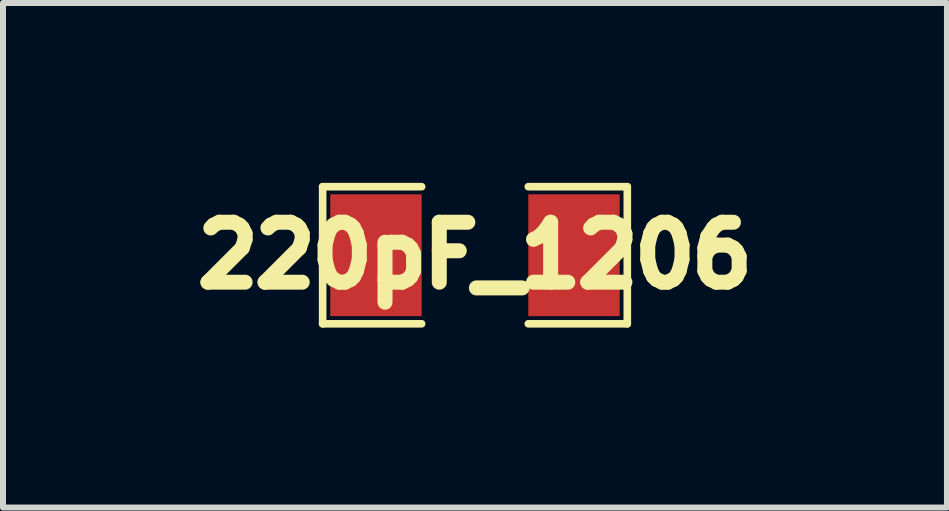
<source format=kicad_pcb>
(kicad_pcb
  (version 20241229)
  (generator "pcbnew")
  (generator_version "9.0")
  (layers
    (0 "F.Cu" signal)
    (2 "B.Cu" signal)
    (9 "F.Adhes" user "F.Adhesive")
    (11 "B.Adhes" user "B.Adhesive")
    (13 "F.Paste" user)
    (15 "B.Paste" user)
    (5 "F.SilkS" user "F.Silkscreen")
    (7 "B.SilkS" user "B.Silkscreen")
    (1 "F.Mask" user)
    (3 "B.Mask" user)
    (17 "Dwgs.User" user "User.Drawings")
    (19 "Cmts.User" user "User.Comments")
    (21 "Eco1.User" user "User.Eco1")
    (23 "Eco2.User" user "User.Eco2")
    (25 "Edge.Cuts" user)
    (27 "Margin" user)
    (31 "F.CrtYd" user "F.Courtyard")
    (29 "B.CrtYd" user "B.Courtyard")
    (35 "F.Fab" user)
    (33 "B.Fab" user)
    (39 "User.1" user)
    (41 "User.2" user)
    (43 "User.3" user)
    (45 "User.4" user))
  (footprint "220pF_1206"
    (layer "F.Cu")
    (at 4.87 1.206)
    (property "Reference" "220pF_1206" (at 0 0 0) (layer "F.SilkS") (effects (font (size 1 1) (thickness 0.25))))
    (attr smd)
    (fp_line (start -2.54 -1.143) (end -2.54 1.143) (stroke (width 0.127) (type solid)) (layer "F.SilkS"))
    (fp_line (start -2.54 1.143) (end -0.889 1.143) (stroke (width 0.127) (type solid)) (layer "F.SilkS"))
    (fp_line (start -0.889 -1.143) (end -2.54 -1.143) (stroke (width 0.127) (type solid)) (layer "F.SilkS"))
    (fp_line (start 0.889 -1.143) (end 2.54 -1.143) (stroke (width 0.127) (type solid)) (layer "F.SilkS"))
    (fp_line (start 2.54 -1.143) (end 2.54 1.143) (stroke (width 0.127) (type solid)) (layer "F.SilkS"))
    (fp_line (start 2.54 1.143) (end 0.889 1.143) (stroke (width 0.127) (type solid)) (layer "F.SilkS"))
    (pad "1" smd rect (at -1.651 0) (size 1.524 2.032) (layers "F.Cu" "F.Mask" "F.Paste"))
    (pad "2" smd rect (at 1.651 0) (size 1.524 2.032) (layers "F.Cu" "F.Mask" "F.Paste")))
  (gr_rect
    (start -3 -3)
    (end 12.74 5.413)
    (stroke (width 0.1) (type default))
    (fill no)
    (layer "Edge.Cuts")))
</source>
